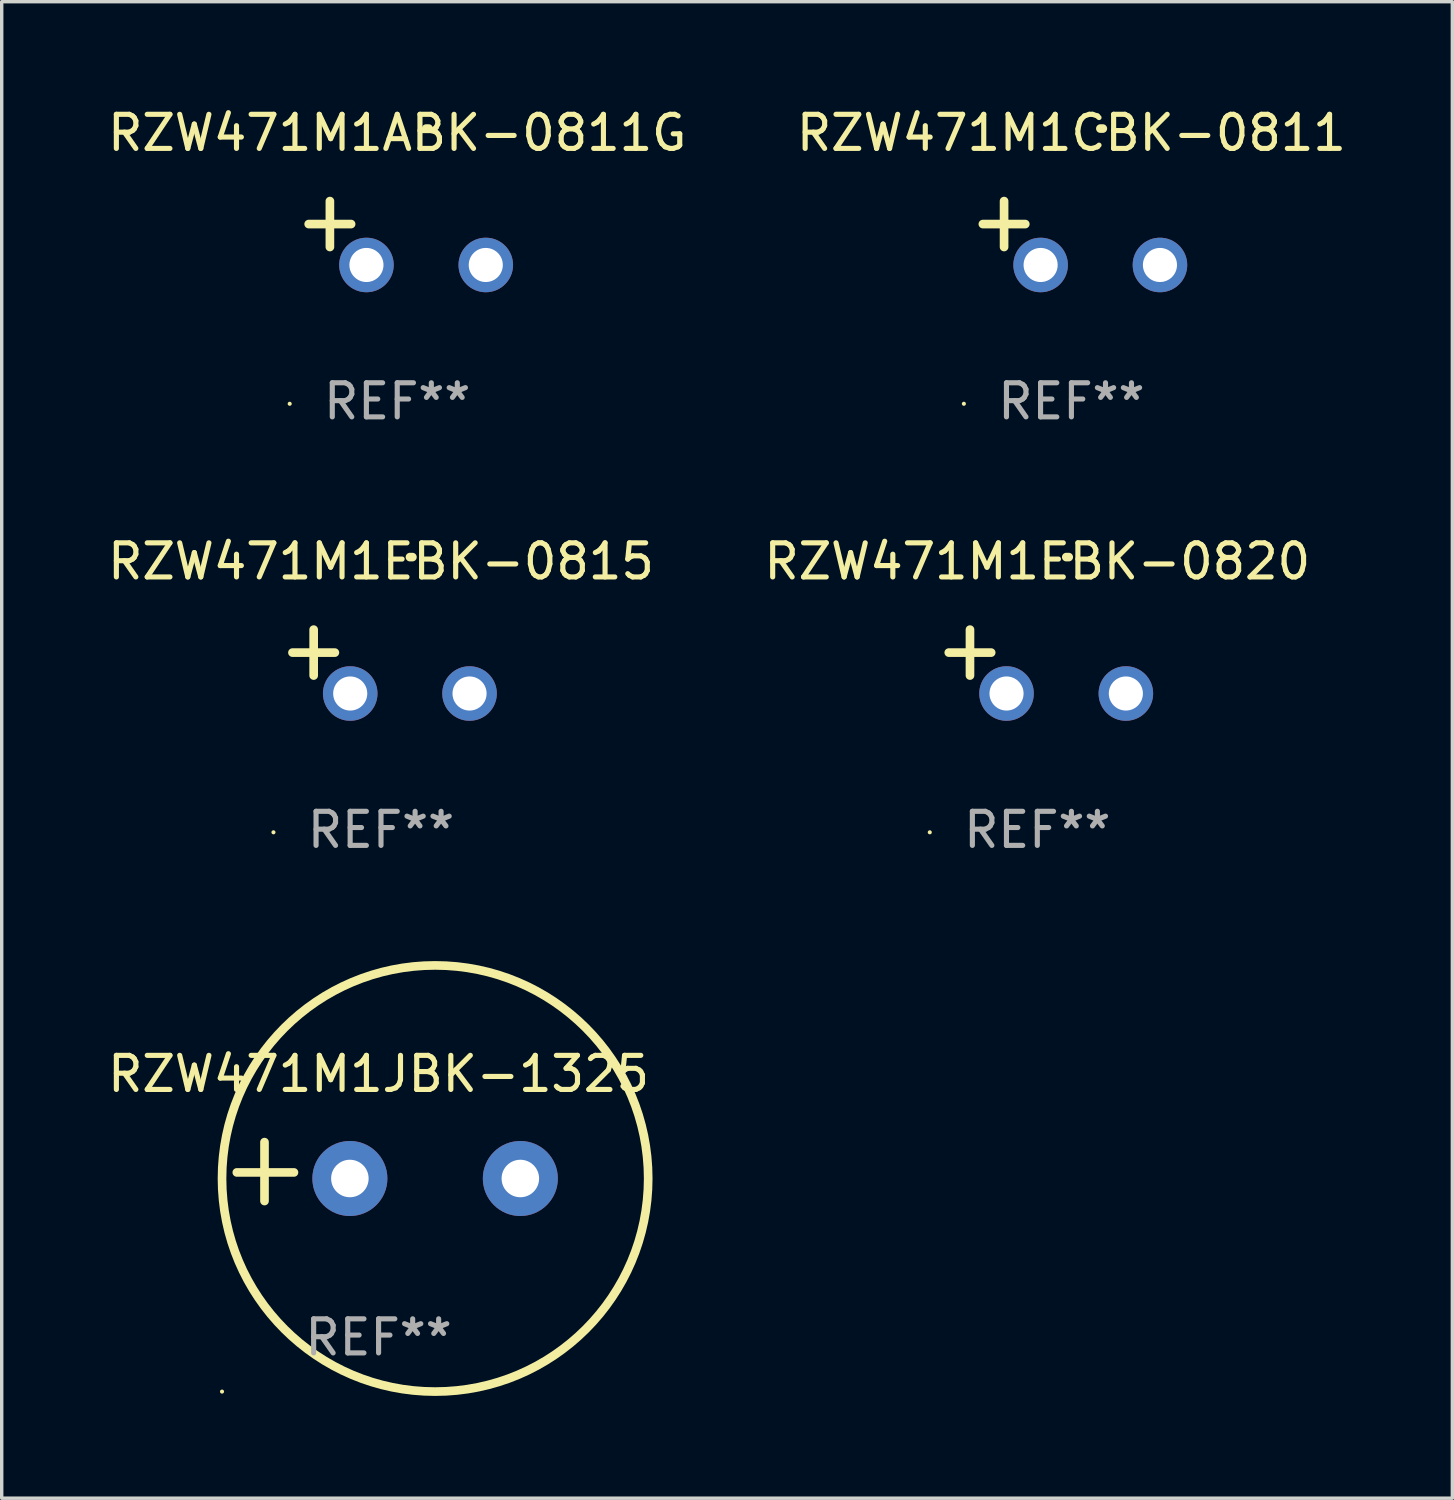
<source format=kicad_pcb>
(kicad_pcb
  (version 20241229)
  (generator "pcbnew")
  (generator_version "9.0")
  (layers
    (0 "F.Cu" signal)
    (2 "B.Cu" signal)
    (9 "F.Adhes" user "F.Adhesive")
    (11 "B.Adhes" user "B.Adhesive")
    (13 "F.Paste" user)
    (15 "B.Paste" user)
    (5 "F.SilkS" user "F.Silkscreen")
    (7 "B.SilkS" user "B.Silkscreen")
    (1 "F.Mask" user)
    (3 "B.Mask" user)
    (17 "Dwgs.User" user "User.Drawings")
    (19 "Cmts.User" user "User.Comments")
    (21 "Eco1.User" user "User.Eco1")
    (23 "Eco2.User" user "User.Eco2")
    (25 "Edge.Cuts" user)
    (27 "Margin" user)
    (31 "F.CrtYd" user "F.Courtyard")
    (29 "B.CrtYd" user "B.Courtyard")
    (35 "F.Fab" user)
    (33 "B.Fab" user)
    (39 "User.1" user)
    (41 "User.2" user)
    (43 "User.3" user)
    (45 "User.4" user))
  (footprint "RZW471M1CBK-0811"
    (layer "F.Cu")
    (at 28.375 3.785)
    (property "Reference" "RZW471M1CBK-0811" (at 0 -2.937 0) (layer "F.SilkS") (effects (font (size 1 1) (thickness 0.15))))
    (attr through_hole)
    (fp_line (start -1.975 0.41) (end -1.975 -0.937) (stroke (width 0.254) (type solid)) (layer "F.SilkS"))
    (fp_line (start -1.353 -0.263) (end -2.597 -0.263) (stroke (width 0.254) (type solid)) (layer "F.SilkS"))
    (fp_arc (start 0.849809 -3.063957) (mid 0.885369 -3.064114) (end 0.920929 -3.063957) (stroke (width 0.254001) (type solid)) (layer "F.SilkS"))
    (fp_circle (center -3.154 5.008) (end -3.124 5.008) (stroke (width 0.06) (type solid)) (fill no) (layer "F.SilkS"))
    (fp_text user "REF**" (at 0 4.937 0) (layer "F.Fab") (effects (font (size 1 1) (thickness 0.15))))
    (pad "1" thru_hole circle (at -0.903 0.937) (size 1.6 1.6) (drill 1) (layers "*.Cu" "*.Mask"))
    (pad "2" thru_hole circle (at 2.597 0.937) (size 1.6 1.6) (drill 1) (layers "*.Cu" "*.Mask")))
  (footprint "RZW471M1EBK-0815"
    (layer "F.Cu")
    (at 8.125 16.354)
    (property "Reference" "RZW471M1EBK-0815" (at 0 -2.937 0) (layer "F.SilkS") (effects (font (size 1 1) (thickness 0.15))))
    (attr through_hole)
    (fp_line (start -1.975 0.41) (end -1.975 -0.937) (stroke (width 0.254) (type solid)) (layer "F.SilkS"))
    (fp_line (start -1.353 -0.263) (end -2.597 -0.263) (stroke (width 0.254) (type solid)) (layer "F.SilkS"))
    (fp_arc (start 0.849809 -3.063957) (mid 0.885369 -3.064114) (end 0.920929 -3.063957) (stroke (width 0.254001) (type solid)) (layer "F.SilkS"))
    (fp_circle (center -3.154 5.008) (end -3.124 5.008) (stroke (width 0.06) (type solid)) (fill no) (layer "F.SilkS"))
    (fp_text user "REF**" (at 0 4.937 0) (layer "F.Fab") (effects (font (size 1 1) (thickness 0.15))))
    (pad "1" thru_hole circle (at -0.903 0.937) (size 1.6 1.6) (drill 1) (layers "*.Cu" "*.Mask"))
    (pad "2" thru_hole circle (at 2.597 0.937) (size 1.6 1.6) (drill 1) (layers "*.Cu" "*.Mask")))
  (footprint "RZW471M1EBK-0820"
    (layer "F.Cu")
    (at 27.375 16.354)
    (property "Reference" "RZW471M1EBK-0820" (at 0 -2.937 0) (layer "F.SilkS") (effects (font (size 1 1) (thickness 0.15))))
    (attr through_hole)
    (fp_line (start -1.975 0.41) (end -1.975 -0.937) (stroke (width 0.254) (type solid)) (layer "F.SilkS"))
    (fp_line (start -1.353 -0.263) (end -2.597 -0.263) (stroke (width 0.254) (type solid)) (layer "F.SilkS"))
    (fp_arc (start 0.849809 -3.063957) (mid 0.885369 -3.064114) (end 0.920929 -3.063957) (stroke (width 0.254001) (type solid)) (layer "F.SilkS"))
    (fp_circle (center -3.154 5.008) (end -3.124 5.008) (stroke (width 0.06) (type solid)) (fill no) (layer "F.SilkS"))
    (fp_text user "REF**" (at 0 4.937 0) (layer "F.Fab") (effects (font (size 1 1) (thickness 0.15))))
    (pad "1" thru_hole circle (at -0.903 0.937) (size 1.6 1.6) (drill 1) (layers "*.Cu" "*.Mask"))
    (pad "2" thru_hole circle (at 2.597 0.937) (size 1.6 1.6) (drill 1) (layers "*.Cu" "*.Mask")))
  (footprint "RZW471M1ABK-0811G"
    (layer "F.Cu")
    (at 8.601 3.785)
    (property "Reference" "RZW471M1ABK-0811G" (at 0 -2.937 0) (layer "F.SilkS") (effects (font (size 1 1) (thickness 0.15))))
    (attr through_hole)
    (fp_line (start -1.975 0.41) (end -1.975 -0.937) (stroke (width 0.254) (type solid)) (layer "F.SilkS"))
    (fp_line (start -1.353 -0.263) (end -2.597 -0.263) (stroke (width 0.254) (type solid)) (layer "F.SilkS"))
    (fp_arc (start 0.849809 -3.063957) (mid 0.885369 -3.064114) (end 0.920929 -3.063957) (stroke (width 0.254001) (type solid)) (layer "F.SilkS"))
    (fp_circle (center -3.154 5.008) (end -3.124 5.008) (stroke (width 0.06) (type solid)) (fill no) (layer "F.SilkS"))
    (fp_text user "REF**" (at 0 4.937 0) (layer "F.Fab") (effects (font (size 1 1) (thickness 0.15))))
    (pad "1" thru_hole circle (at -0.903 0.937) (size 1.6 1.6) (drill 1) (layers "*.Cu" "*.Mask"))
    (pad "2" thru_hole circle (at 2.597 0.937) (size 1.6 1.6) (drill 1) (layers "*.Cu" "*.Mask")))
  (footprint "RZW471M1JBK-1325"
    (layer "F.Cu")
    (at 8.054 31.313)
    (property "Reference" "RZW471M1JBK-1325" (at 0 -2.864 0) (layer "F.SilkS") (effects (font (size 1 1) (thickness 0.15))))
    (attr through_hole)
    (fp_line (start -3.346 0.864) (end -3.346 -0.864) (stroke (width 0.254) (type solid)) (layer "F.SilkS"))
    (fp_line (start -2.482 0.025) (end -4.158 0.025) (stroke (width 0.254) (type solid)) (layer "F.SilkS"))
    (fp_circle (center -4.592 6.453) (end -4.562 6.453) (stroke (width 0.06) (type solid)) (fill no) (layer "F.SilkS"))
    (fp_circle (center 1.658 0.203) (end 7.908 0.203) (stroke (width 0.254) (type solid)) (fill no) (layer "F.SilkS"))
    (fp_text user "REF**" (at 0 4.864 0) (layer "F.Fab") (effects (font (size 1 1) (thickness 0.15))))
    (pad "1" thru_hole circle (at -0.842 0.203) (size 2.2 2.2) (drill 1.1) (layers "*.Cu" "*.Mask"))
    (pad "2" thru_hole circle (at 4.158 0.203) (size 2.2 2.2) (drill 1.1) (layers "*.Cu" "*.Mask")))
  (gr_rect
    (start -3 -3)
    (end 39.548 40.893)
    (stroke (width 0.1) (type default))
    (fill no)
    (layer "Edge.Cuts")))
</source>
